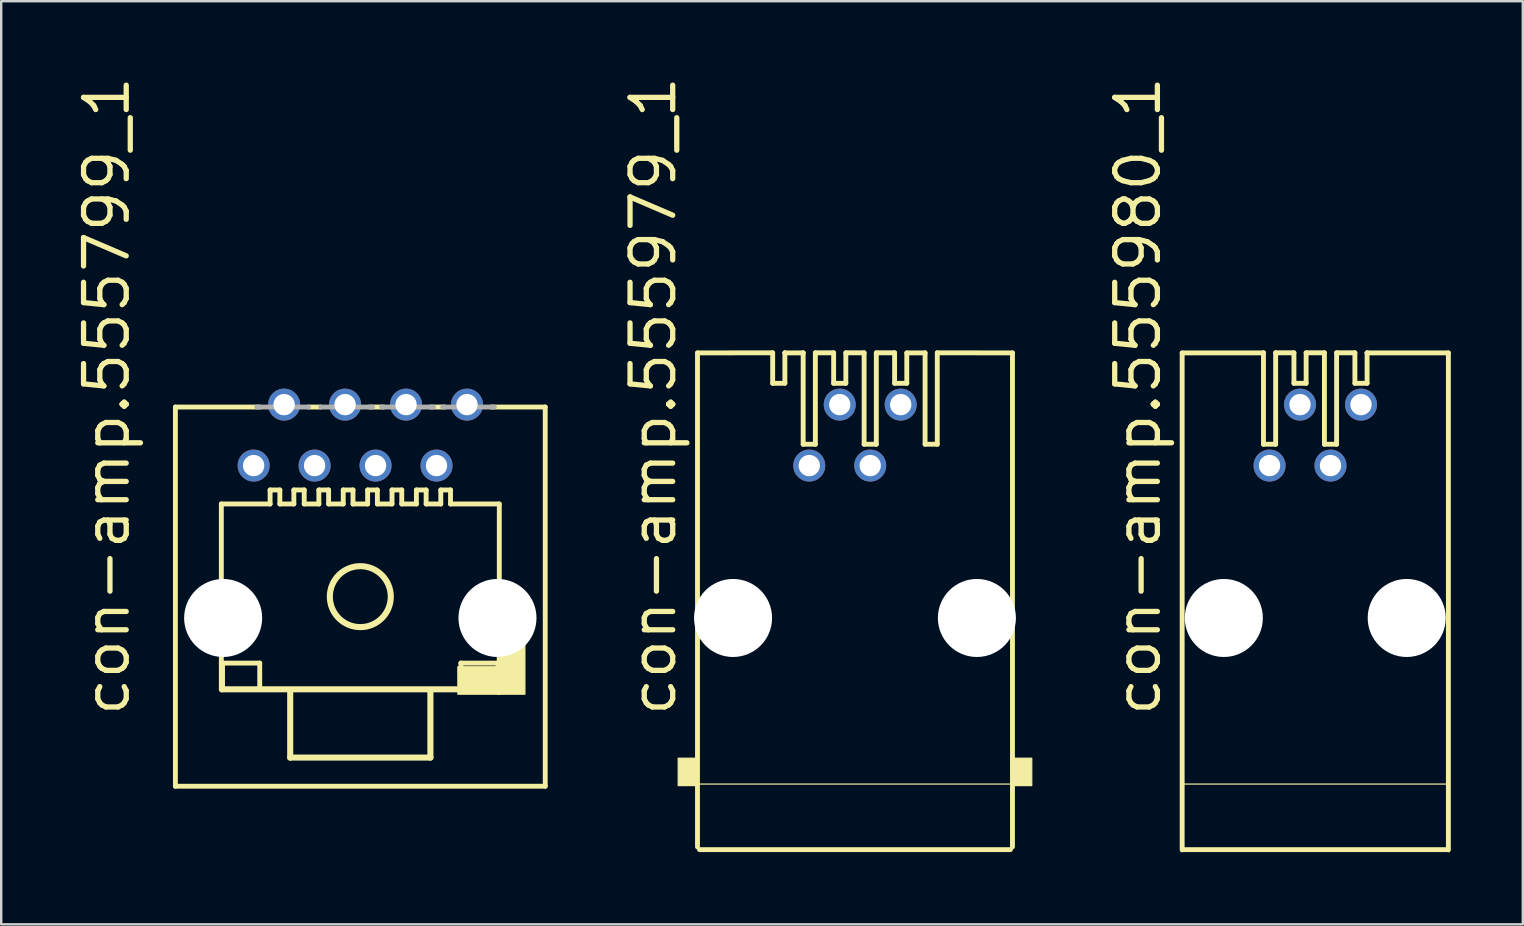
<source format=kicad_pcb>
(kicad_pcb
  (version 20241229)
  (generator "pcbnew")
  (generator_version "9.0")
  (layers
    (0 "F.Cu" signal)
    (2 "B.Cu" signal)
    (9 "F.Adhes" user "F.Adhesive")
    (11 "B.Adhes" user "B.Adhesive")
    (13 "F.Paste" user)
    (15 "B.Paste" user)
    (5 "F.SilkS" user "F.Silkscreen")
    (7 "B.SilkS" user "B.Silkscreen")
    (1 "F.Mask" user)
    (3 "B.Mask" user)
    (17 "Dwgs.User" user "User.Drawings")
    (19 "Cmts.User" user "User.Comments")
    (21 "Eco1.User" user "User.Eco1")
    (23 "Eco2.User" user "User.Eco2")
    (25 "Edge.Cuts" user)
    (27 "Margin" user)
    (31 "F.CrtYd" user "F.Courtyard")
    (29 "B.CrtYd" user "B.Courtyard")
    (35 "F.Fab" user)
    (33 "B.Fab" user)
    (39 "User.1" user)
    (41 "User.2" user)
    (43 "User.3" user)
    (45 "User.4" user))
  (footprint "con-amp.555799_1"
    (layer "F.Cu")
    (at 11.963 21.81)
    (property "Reference" "con-amp.555799_1" (at -9.525 5.08 90) (layer "F.SilkS") (effects (font (size 1.778 1.778) (thickness 0.22)) (justify left bottom)))
    (attr through_hole)
    (fp_line (start -7.705 -7.9) (end -7.705 7.9) (stroke (width 0.203) (type default)) (layer "F.SilkS"))
    (fp_line (start -7.705 7.9) (end 7.705 7.9) (stroke (width 0.203) (type default)) (layer "F.SilkS"))
    (fp_line (start -5.791 -3.861) (end -5.791 2.769) (stroke (width 0.203) (type default)) (layer "F.SilkS"))
    (fp_line (start -5.791 2.769) (end -4.191 2.769) (stroke (width 0.203) (type default)) (layer "F.SilkS"))
    (fp_line (start -5.766 3.861) (end -5.766 2.794) (stroke (width 0.254) (type default)) (layer "F.SilkS"))
    (fp_line (start -4.191 -7.9) (end -7.705 -7.9) (stroke (width 0.203) (type default)) (layer "F.SilkS"))
    (fp_line (start -4.191 2.769) (end -4.191 3.861) (stroke (width 0.203) (type default)) (layer "F.SilkS"))
    (fp_line (start -3.759 -4.445) (end -3.759 -3.861) (stroke (width 0.203) (type default)) (layer "F.SilkS"))
    (fp_line (start -3.759 -4.445) (end -3.353 -4.445) (stroke (width 0.203) (type default)) (layer "F.SilkS"))
    (fp_line (start -3.759 -3.861) (end -5.791 -3.861) (stroke (width 0.203) (type default)) (layer "F.SilkS"))
    (fp_line (start -3.353 -4.445) (end -3.353 -3.861) (stroke (width 0.203) (type default)) (layer "F.SilkS"))
    (fp_line (start -2.921 3.912) (end -2.921 6.706) (stroke (width 0.254) (type default)) (layer "F.SilkS"))
    (fp_line (start -2.921 6.706) (end 2.921 6.706) (stroke (width 0.254) (type default)) (layer "F.SilkS"))
    (fp_line (start -2.769 -4.445) (end -2.769 -3.861) (stroke (width 0.203) (type default)) (layer "F.SilkS"))
    (fp_line (start -2.769 -4.445) (end -2.337 -4.445) (stroke (width 0.203) (type default)) (layer "F.SilkS"))
    (fp_line (start -2.769 -3.861) (end -3.353 -3.861) (stroke (width 0.203) (type default)) (layer "F.SilkS"))
    (fp_line (start -2.337 -4.445) (end -2.337 -3.861) (stroke (width 0.203) (type default)) (layer "F.SilkS"))
    (fp_line (start -1.727 -4.445) (end -1.727 -3.861) (stroke (width 0.203) (type default)) (layer "F.SilkS"))
    (fp_line (start -1.727 -4.445) (end -1.321 -4.445) (stroke (width 0.203) (type default)) (layer "F.SilkS"))
    (fp_line (start -1.727 -3.861) (end -2.337 -3.861) (stroke (width 0.203) (type default)) (layer "F.SilkS"))
    (fp_line (start -1.651 -7.9) (end -2.159 -7.9) (stroke (width 0.203) (type default)) (layer "F.SilkS"))
    (fp_line (start -1.321 -4.445) (end -1.321 -3.861) (stroke (width 0.203) (type default)) (layer "F.SilkS"))
    (fp_line (start -0.711 -4.445) (end -0.711 -3.861) (stroke (width 0.203) (type default)) (layer "F.SilkS"))
    (fp_line (start -0.711 -4.445) (end -0.305 -4.445) (stroke (width 0.203) (type default)) (layer "F.SilkS"))
    (fp_line (start -0.711 -3.861) (end -1.321 -3.861) (stroke (width 0.203) (type default)) (layer "F.SilkS"))
    (fp_line (start -0.305 -4.445) (end -0.305 -3.861) (stroke (width 0.203) (type default)) (layer "F.SilkS"))
    (fp_line (start 0.305 -4.445) (end 0.305 -3.861) (stroke (width 0.203) (type default)) (layer "F.SilkS"))
    (fp_line (start 0.305 -4.445) (end 0.711 -4.445) (stroke (width 0.203) (type default)) (layer "F.SilkS"))
    (fp_line (start 0.305 -3.861) (end -0.305 -3.861) (stroke (width 0.203) (type default)) (layer "F.SilkS"))
    (fp_line (start 0.711 -4.445) (end 0.711 -3.861) (stroke (width 0.203) (type default)) (layer "F.SilkS"))
    (fp_line (start 0.974 -7.9) (end 0.381 -7.9) (stroke (width 0.203) (type default)) (layer "F.SilkS"))
    (fp_line (start 1.321 -4.445) (end 1.321 -3.861) (stroke (width 0.203) (type default)) (layer "F.SilkS"))
    (fp_line (start 1.321 -4.445) (end 1.727 -4.445) (stroke (width 0.203) (type default)) (layer "F.SilkS"))
    (fp_line (start 1.321 -3.861) (end 0.711 -3.861) (stroke (width 0.203) (type default)) (layer "F.SilkS"))
    (fp_line (start 1.727 -4.445) (end 1.727 -3.861) (stroke (width 0.203) (type default)) (layer "F.SilkS"))
    (fp_line (start 2.337 -4.445) (end 2.337 -3.861) (stroke (width 0.203) (type default)) (layer "F.SilkS"))
    (fp_line (start 2.337 -4.445) (end 2.743 -4.445) (stroke (width 0.203) (type default)) (layer "F.SilkS"))
    (fp_line (start 2.337 -3.861) (end 1.727 -3.861) (stroke (width 0.203) (type default)) (layer "F.SilkS"))
    (fp_line (start 2.743 -4.445) (end 2.743 -3.861) (stroke (width 0.203) (type default)) (layer "F.SilkS"))
    (fp_line (start 2.921 6.706) (end 2.921 3.912) (stroke (width 0.254) (type default)) (layer "F.SilkS"))
    (fp_line (start 3.353 -4.445) (end 3.353 -3.861) (stroke (width 0.203) (type default)) (layer "F.SilkS"))
    (fp_line (start 3.353 -4.445) (end 3.759 -4.445) (stroke (width 0.203) (type default)) (layer "F.SilkS"))
    (fp_line (start 3.353 -3.861) (end 2.743 -3.861) (stroke (width 0.203) (type default)) (layer "F.SilkS"))
    (fp_line (start 3.514 -7.9) (end 2.921 -7.9) (stroke (width 0.203) (type default)) (layer "F.SilkS"))
    (fp_line (start 3.759 -4.445) (end 3.759 -3.861) (stroke (width 0.203) (type default)) (layer "F.SilkS"))
    (fp_line (start 4.191 2.769) (end 4.191 3.861) (stroke (width 0.203) (type default)) (layer "F.SilkS"))
    (fp_line (start 5.766 2.819) (end 5.766 3.861) (stroke (width 0.254) (type default)) (layer "F.SilkS"))
    (fp_line (start 5.766 3.861) (end -5.766 3.861) (stroke (width 0.254) (type default)) (layer "F.SilkS"))
    (fp_line (start 5.791 -3.861) (end 3.759 -3.861) (stroke (width 0.203) (type default)) (layer "F.SilkS"))
    (fp_line (start 5.791 -3.861) (end 5.791 2.769) (stroke (width 0.203) (type default)) (layer "F.SilkS"))
    (fp_line (start 5.791 2.769) (end 4.191 2.769) (stroke (width 0.203) (type default)) (layer "F.SilkS"))
    (fp_line (start 7.705 -7.9) (end 5.461 -7.9) (stroke (width 0.203) (type default)) (layer "F.SilkS"))
    (fp_line (start 7.705 7.9) (end 7.705 -7.9) (stroke (width 0.203) (type default)) (layer "F.SilkS"))
    (fp_rect (start 4.064 4.064) (end 5.842 2.921) (stroke (width 0.05) (type default)) (fill yes) (layer "F.SilkS"))
    (fp_rect (start 5.715 4.064) (end 6.858 1.778) (stroke (width 0.05) (type default)) (fill yes) (layer "F.SilkS"))
    (fp_circle (center 0 0) (end 1.27 0) (stroke (width 0.254) (type default)) (fill no) (layer "F.SilkS"))
    (fp_line (start -2.159 -7.9) (end -4.318 -7.9) (stroke (width 0.203) (type default)) (layer "F.Fab"))
    (fp_line (start 0.508 -7.9) (end -1.651 -7.9) (stroke (width 0.203) (type default)) (layer "F.Fab"))
    (fp_line (start 3.048 -7.9) (end 0.889 -7.9) (stroke (width 0.203) (type default)) (layer "F.Fab"))
    (fp_line (start 5.588 -7.9) (end 3.429 -7.9) (stroke (width 0.203) (type default)) (layer "F.Fab"))
    (pad "" np_thru_hole circle (at -5.715 0.889) (size 3.251 3.251) (drill 3.251) (layers "*.Cu" "*.Mask"))
    (pad "" np_thru_hole circle (at 5.715 0.889) (size 3.251 3.251) (drill 3.251) (layers "*.Cu" "*.Mask"))
    (pad "1" thru_hole circle (at -4.445 -5.461) (size 1.333 1.333) (drill 0.889) (layers "*.Cu" "*.Mask"))
    (pad "2" thru_hole circle (at -3.175 -8.001) (size 1.333 1.333) (drill 0.889) (layers "*.Cu" "*.Mask"))
    (pad "3" thru_hole circle (at -1.905 -5.461) (size 1.333 1.333) (drill 0.889) (layers "*.Cu" "*.Mask"))
    (pad "4" thru_hole circle (at -0.635 -8.001) (size 1.333 1.333) (drill 0.889) (layers "*.Cu" "*.Mask"))
    (pad "5" thru_hole circle (at 0.635 -5.461) (size 1.333 1.333) (drill 0.889) (layers "*.Cu" "*.Mask"))
    (pad "6" thru_hole circle (at 1.905 -8.001) (size 1.333 1.333) (drill 0.889) (layers "*.Cu" "*.Mask"))
    (pad "7" thru_hole circle (at 3.175 -5.461) (size 1.333 1.333) (drill 0.889) (layers "*.Cu" "*.Mask"))
    (pad "8" thru_hole circle (at 4.445 -8.001) (size 1.333 1.333) (drill 0.889) (layers "*.Cu" "*.Mask")))
  (footprint "con-amp.555980_1"
    (layer "F.Cu")
    (at 51.753 22.699)
    (property "Reference" "con-amp.555980_1" (at -6.35 4.191 90) (layer "F.SilkS") (effects (font (size 1.778 1.778) (thickness 0.22)) (justify left bottom)))
    (attr through_hole)
    (fp_line (start -5.546 -11.044) (end -2.159 -11.044) (stroke (width 0.203) (type default)) (layer "F.SilkS"))
    (fp_line (start -5.546 9.665) (end -5.546 -11.044) (stroke (width 0.203) (type default)) (layer "F.SilkS"))
    (fp_line (start -5.524 6.921) (end 5.524 6.921) (stroke (width 0.051) (type default)) (layer "F.SilkS"))
    (fp_line (start -2.159 -11.049) (end -2.159 -11.044) (stroke (width 0.203) (type default)) (layer "F.SilkS"))
    (fp_line (start -2.159 -11.044) (end -2.159 -7.239) (stroke (width 0.203) (type default)) (layer "F.SilkS"))
    (fp_line (start -2.159 -7.239) (end -1.651 -7.239) (stroke (width 0.203) (type default)) (layer "F.SilkS"))
    (fp_line (start -1.651 -11.049) (end -1.651 -7.239) (stroke (width 0.203) (type default)) (layer "F.SilkS"))
    (fp_line (start -1.651 -11.049) (end -0.889 -11.049) (stroke (width 0.203) (type default)) (layer "F.SilkS"))
    (fp_line (start -0.889 -11.049) (end -0.889 -9.779) (stroke (width 0.203) (type default)) (layer "F.SilkS"))
    (fp_line (start -0.889 -9.779) (end -0.381 -9.779) (stroke (width 0.203) (type default)) (layer "F.SilkS"))
    (fp_line (start -0.381 -11.049) (end -0.381 -9.779) (stroke (width 0.203) (type default)) (layer "F.SilkS"))
    (fp_line (start -0.381 -11.049) (end 0.381 -11.049) (stroke (width 0.203) (type default)) (layer "F.SilkS"))
    (fp_line (start 0.381 -11.049) (end 0.381 -7.239) (stroke (width 0.203) (type default)) (layer "F.SilkS"))
    (fp_line (start 0.381 -7.239) (end 0.889 -7.239) (stroke (width 0.203) (type default)) (layer "F.SilkS"))
    (fp_line (start 0.889 -11.049) (end 0.889 -7.239) (stroke (width 0.203) (type default)) (layer "F.SilkS"))
    (fp_line (start 0.889 -11.049) (end 1.651 -11.049) (stroke (width 0.203) (type default)) (layer "F.SilkS"))
    (fp_line (start 1.651 -11.049) (end 1.651 -9.779) (stroke (width 0.203) (type default)) (layer "F.SilkS"))
    (fp_line (start 1.651 -9.779) (end 2.159 -9.779) (stroke (width 0.203) (type default)) (layer "F.SilkS"))
    (fp_line (start 2.159 -11.049) (end 2.159 -11.044) (stroke (width 0.203) (type default)) (layer "F.SilkS"))
    (fp_line (start 2.159 -11.044) (end 2.159 -9.779) (stroke (width 0.203) (type default)) (layer "F.SilkS"))
    (fp_line (start 2.159 -11.044) (end 5.546 -11.044) (stroke (width 0.203) (type default)) (layer "F.SilkS"))
    (fp_line (start 5.461 9.652) (end -5.461 9.652) (stroke (width 0.203) (type default)) (layer "F.SilkS"))
    (fp_line (start 5.546 -11.044) (end 5.546 9.665) (stroke (width 0.203) (type default)) (layer "F.SilkS"))
    (pad "" np_thru_hole circle (at -3.81 0) (size 3.251 3.251) (drill 3.251) (layers "*.Cu" "*.Mask"))
    (pad "" np_thru_hole circle (at 3.81 0) (size 3.251 3.251) (drill 3.251) (layers "*.Cu" "*.Mask"))
    (pad "1" thru_hole circle (at -1.905 -6.35) (size 1.333 1.333) (drill 0.889) (layers "*.Cu" "*.Mask"))
    (pad "2" thru_hole circle (at -0.635 -8.89) (size 1.333 1.333) (drill 0.889) (layers "*.Cu" "*.Mask"))
    (pad "3" thru_hole circle (at 0.635 -6.35) (size 1.333 1.333) (drill 0.889) (layers "*.Cu" "*.Mask"))
    (pad "4" thru_hole circle (at 1.905 -8.89) (size 1.333 1.333) (drill 0.889) (layers "*.Cu" "*.Mask")))
  (footprint "con-amp.555979_1"
    (layer "F.Cu")
    (at 32.574 22.699)
    (property "Reference" "con-amp.555979_1" (at -7.366 4.191 90) (layer "F.SilkS") (effects (font (size 1.778 1.778) (thickness 0.22)) (justify left bottom)))
    (attr through_hole)
    (fp_line (start -6.562 -11.044) (end -3.429 -11.049) (stroke (width 0.203) (type default)) (layer "F.SilkS"))
    (fp_line (start -6.562 9.538) (end -6.562 -11.044) (stroke (width 0.203) (type default)) (layer "F.SilkS"))
    (fp_line (start -6.54 6.921) (end 6.54 6.921) (stroke (width 0.051) (type default)) (layer "F.SilkS"))
    (fp_line (start -3.429 -11.049) (end -3.429 -9.779) (stroke (width 0.203) (type default)) (layer "F.SilkS"))
    (fp_line (start -3.429 -9.779) (end -2.921 -9.779) (stroke (width 0.203) (type default)) (layer "F.SilkS"))
    (fp_line (start -2.921 -11.049) (end -2.921 -11.044) (stroke (width 0.203) (type default)) (layer "F.SilkS"))
    (fp_line (start -2.921 -11.044) (end -2.921 -9.779) (stroke (width 0.203) (type default)) (layer "F.SilkS"))
    (fp_line (start -2.921 -11.044) (end -2.159 -11.044) (stroke (width 0.203) (type default)) (layer "F.SilkS"))
    (fp_line (start -2.159 -11.049) (end -2.159 -11.044) (stroke (width 0.203) (type default)) (layer "F.SilkS"))
    (fp_line (start -2.159 -11.044) (end -2.159 -7.239) (stroke (width 0.203) (type default)) (layer "F.SilkS"))
    (fp_line (start -2.159 -7.239) (end -1.651 -7.239) (stroke (width 0.203) (type default)) (layer "F.SilkS"))
    (fp_line (start -1.651 -11.049) (end -1.651 -7.239) (stroke (width 0.203) (type default)) (layer "F.SilkS"))
    (fp_line (start -1.651 -11.049) (end -0.889 -11.049) (stroke (width 0.203) (type default)) (layer "F.SilkS"))
    (fp_line (start -0.889 -11.049) (end -0.889 -9.779) (stroke (width 0.203) (type default)) (layer "F.SilkS"))
    (fp_line (start -0.889 -9.779) (end -0.381 -9.779) (stroke (width 0.203) (type default)) (layer "F.SilkS"))
    (fp_line (start -0.381 -11.049) (end -0.381 -9.779) (stroke (width 0.203) (type default)) (layer "F.SilkS"))
    (fp_line (start -0.381 -11.049) (end 0.381 -11.049) (stroke (width 0.203) (type default)) (layer "F.SilkS"))
    (fp_line (start 0.381 -11.049) (end 0.381 -7.239) (stroke (width 0.203) (type default)) (layer "F.SilkS"))
    (fp_line (start 0.381 -7.239) (end 0.889 -7.239) (stroke (width 0.203) (type default)) (layer "F.SilkS"))
    (fp_line (start 0.889 -11.049) (end 0.889 -7.239) (stroke (width 0.203) (type default)) (layer "F.SilkS"))
    (fp_line (start 0.889 -11.049) (end 1.651 -11.049) (stroke (width 0.203) (type default)) (layer "F.SilkS"))
    (fp_line (start 1.651 -11.049) (end 1.651 -9.779) (stroke (width 0.203) (type default)) (layer "F.SilkS"))
    (fp_line (start 1.651 -9.779) (end 2.159 -9.779) (stroke (width 0.203) (type default)) (layer "F.SilkS"))
    (fp_line (start 2.159 -11.044) (end 2.159 -9.779) (stroke (width 0.203) (type default)) (layer "F.SilkS"))
    (fp_line (start 2.159 -11.044) (end 2.921 -11.044) (stroke (width 0.203) (type default)) (layer "F.SilkS"))
    (fp_line (start 2.921 -11.049) (end 2.921 -7.239) (stroke (width 0.203) (type default)) (layer "F.SilkS"))
    (fp_line (start 2.921 -7.239) (end 3.429 -7.239) (stroke (width 0.203) (type default)) (layer "F.SilkS"))
    (fp_line (start 3.429 -11.049) (end 3.429 -7.239) (stroke (width 0.203) (type default)) (layer "F.SilkS"))
    (fp_line (start 3.429 -11.049) (end 6.562 -11.044) (stroke (width 0.203) (type default)) (layer "F.SilkS"))
    (fp_line (start 6.477 9.652) (end -6.477 9.652) (stroke (width 0.203) (type default)) (layer "F.SilkS"))
    (fp_line (start 6.562 -11.044) (end 6.562 9.538) (stroke (width 0.203) (type default)) (layer "F.SilkS"))
    (fp_rect (start -7.366 6.985) (end -6.604 5.842) (stroke (width 0.05) (type default)) (fill yes) (layer "F.SilkS"))
    (fp_rect (start 6.604 6.985) (end 7.366 5.842) (stroke (width 0.05) (type default)) (fill yes) (layer "F.SilkS"))
    (pad "" np_thru_hole circle (at -5.08 0) (size 3.251 3.251) (drill 3.251) (layers "*.Cu" "*.Mask"))
    (pad "" np_thru_hole circle (at 5.08 0) (size 3.251 3.251) (drill 3.251) (layers "*.Cu" "*.Mask"))
    (pad "1" thru_hole circle (at -1.905 -6.35) (size 1.333 1.333) (drill 0.889) (layers "*.Cu" "*.Mask"))
    (pad "2" thru_hole circle (at -0.635 -8.89) (size 1.333 1.333) (drill 0.889) (layers "*.Cu" "*.Mask"))
    (pad "3" thru_hole circle (at 0.635 -6.35) (size 1.333 1.333) (drill 0.889) (layers "*.Cu" "*.Mask"))
    (pad "4" thru_hole circle (at 1.905 -8.89) (size 1.333 1.333) (drill 0.889) (layers "*.Cu" "*.Mask")))
  (gr_rect
    (start -3 -3)
    (end 60.4 35.465)
    (stroke (width 0.1) (type default))
    (fill no)
    (layer "Edge.Cuts")))
</source>
